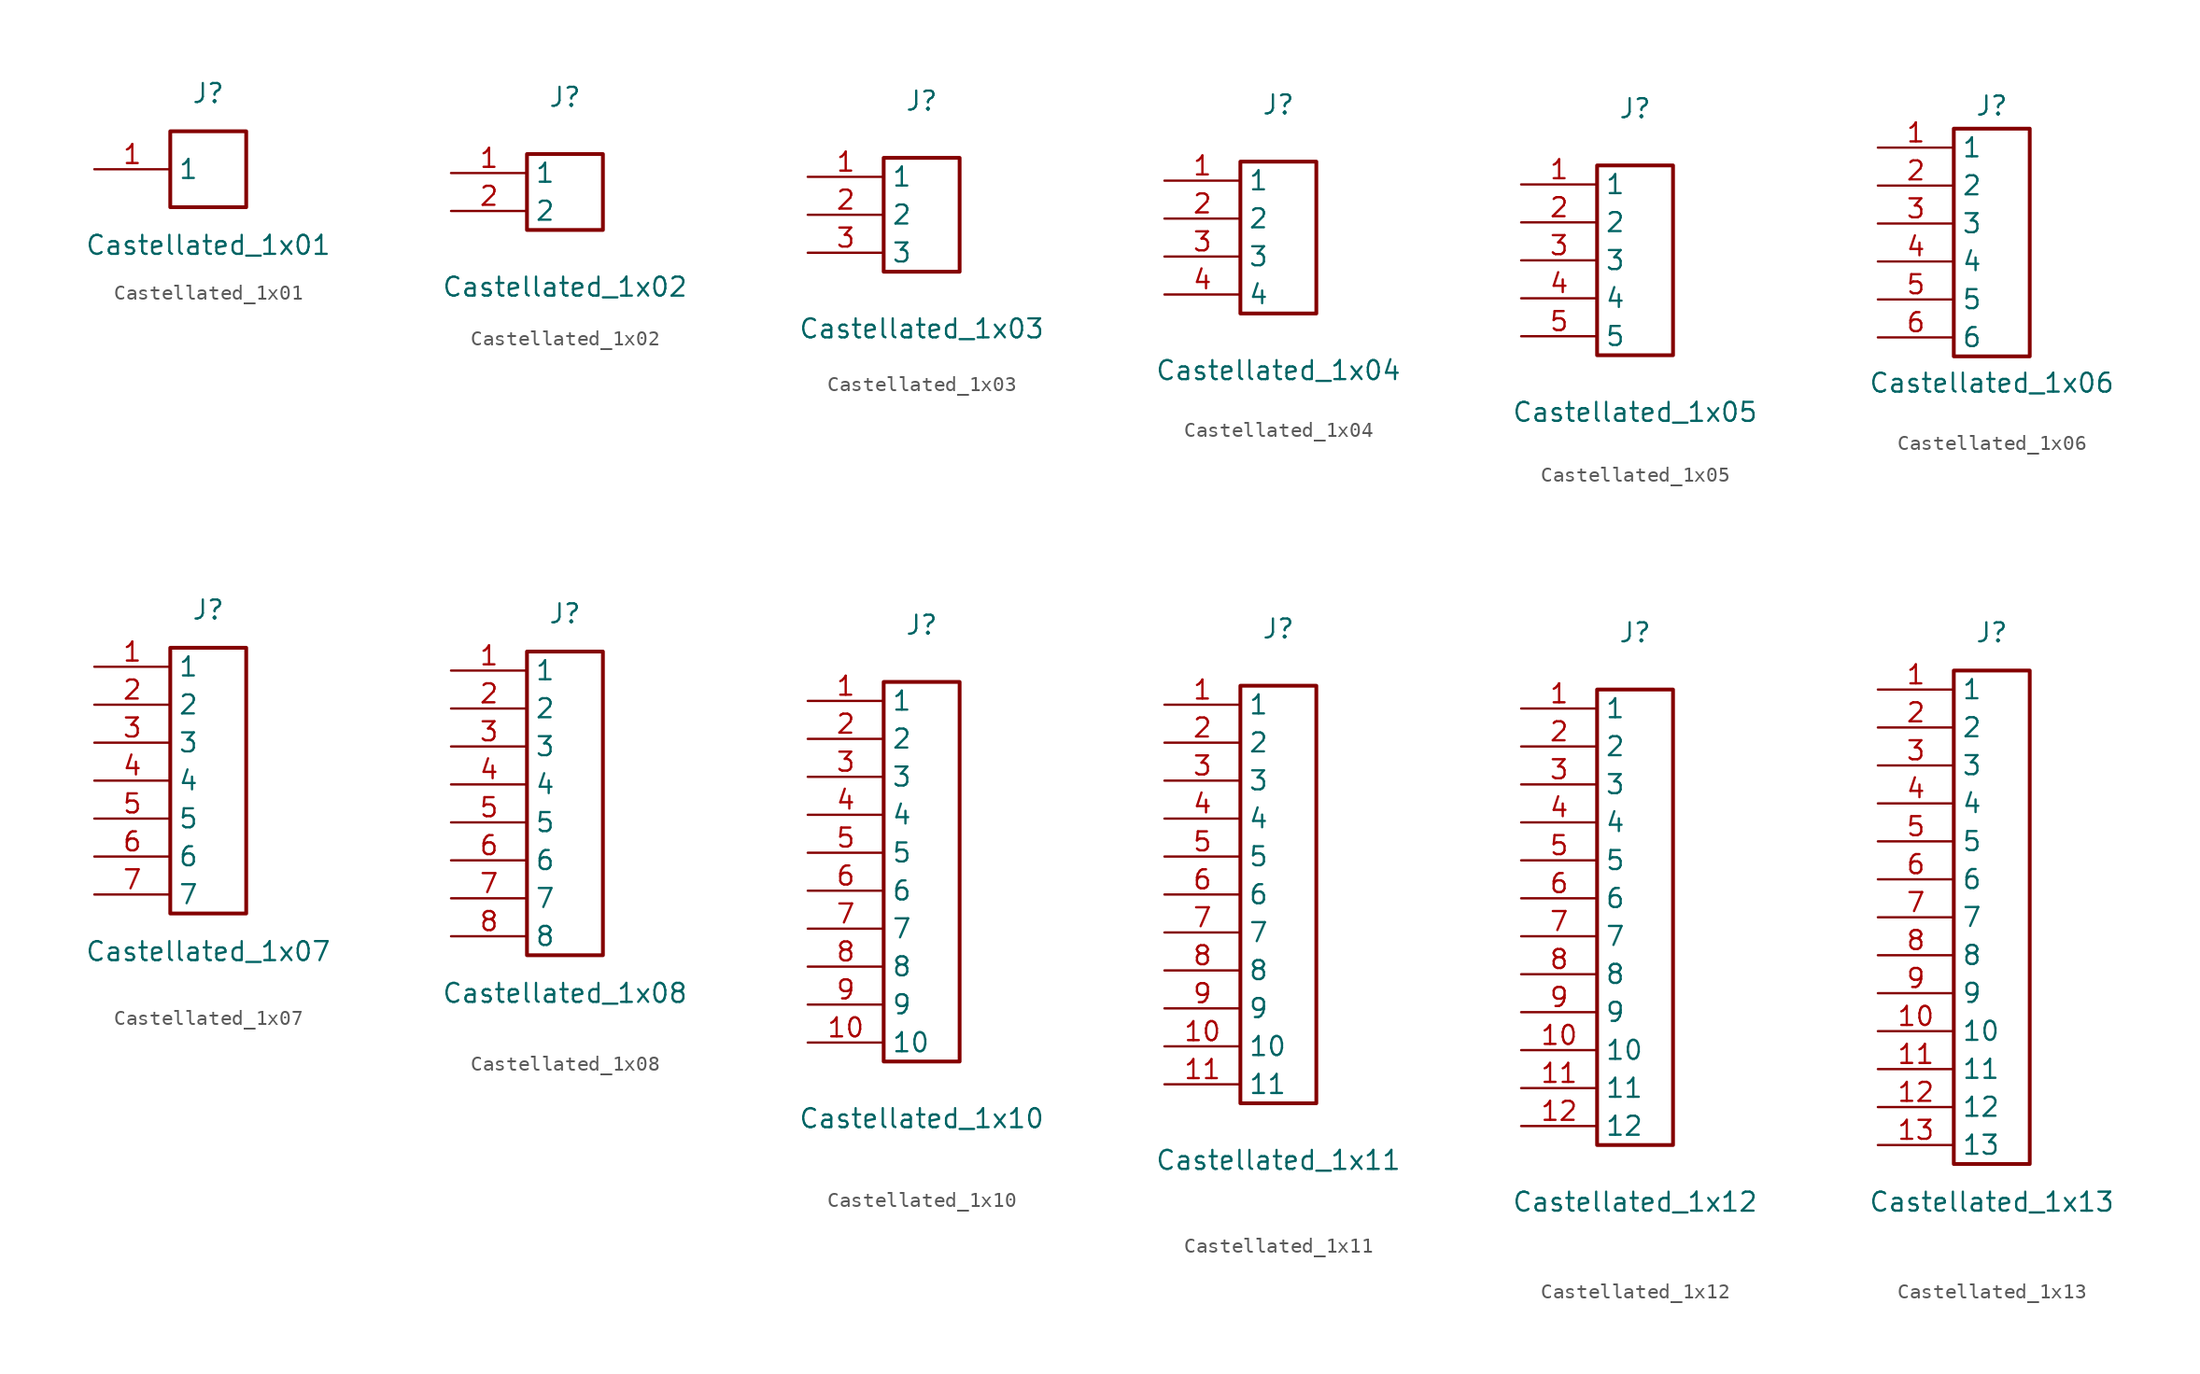
<source format=kicad_sym>
(kicad_symbol_lib
  (version 20241209)
  (generator "kicad_symbol_editor")
  (generator_version "9.0")
  (symbol "Castellated_1x01"
    (property "Reference" "J"
      (at 0 5.08 0)
      (effects (font (size 1.27 1.27))))
    (property "Value" "Castellated_1x01"
      (at 0 -5.08 0)
      (effects (font (size 1.27 1.27))))
    (symbol "Castellated_1x01_1_1"
      (rectangle (start -2.54 2.54) (end 2.54 -2.54) (stroke (width 0.254) (type solid)) (fill (type none)))
      (pin passive line (at -7.62 0 0) (length 5.08) (name "1" (effects (font (size 1.27 1.27)))) (number "1" (effects (font (size 1.27 1.27)))))))
  (symbol "Castellated_1x02"
    (property "Reference" "J"
      (at 0 6.35 0)
      (effects (font (size 1.27 1.27))))
    (property "Value" "Castellated_1x02"
      (at 0 -6.35 0)
      (effects (font (size 1.27 1.27))))
    (symbol "Castellated_1x02_1_1"
      (rectangle (start -2.54 2.54) (end 2.54 -2.54) (stroke (width 0.254) (type solid)) (fill (type none)))
      (pin passive line (at -7.62 1.27 0) (length 5.08) (name "1" (effects (font (size 1.27 1.27)))) (number "1" (effects (font (size 1.27 1.27)))))
      (pin passive line (at -7.62 -1.27 0) (length 5.08) (name "2" (effects (font (size 1.27 1.27)))) (number "2" (effects (font (size 1.27 1.27)))))))
  (symbol "Castellated_1x03"
    (property "Reference" "J"
      (at 0 7.62 0)
      (effects (font (size 1.27 1.27))))
    (property "Value" "Castellated_1x03"
      (at 0 -7.62 0)
      (effects (font (size 1.27 1.27))))
    (symbol "Castellated_1x03_1_1"
      (rectangle (start -2.54 3.81) (end 2.54 -3.81) (stroke (width 0.254) (type solid)) (fill (type none)))
      (pin passive line (at -7.62 2.54 0) (length 5.08) (name "1" (effects (font (size 1.27 1.27)))) (number "1" (effects (font (size 1.27 1.27)))))
      (pin passive line (at -7.62 0 0) (length 5.08) (name "2" (effects (font (size 1.27 1.27)))) (number "2" (effects (font (size 1.27 1.27)))))
      (pin passive line (at -7.62 -2.54 0) (length 5.08) (name "3" (effects (font (size 1.27 1.27)))) (number "3" (effects (font (size 1.27 1.27)))))))
  (symbol "Castellated_1x04"
    (property "Reference" "J"
      (at 0 8.89 0)
      (effects (font (size 1.27 1.27))))
    (property "Value" "Castellated_1x04"
      (at 0 -8.89 0)
      (effects (font (size 1.27 1.27))))
    (symbol "Castellated_1x04_1_1"
      (rectangle (start -2.54 5.08) (end 2.54 -5.08) (stroke (width 0.254) (type solid)) (fill (type none)))
      (pin passive line (at -7.62 3.81 0) (length 5.08) (name "1" (effects (font (size 1.27 1.27)))) (number "1" (effects (font (size 1.27 1.27)))))
      (pin passive line (at -7.62 1.27 0) (length 5.08) (name "2" (effects (font (size 1.27 1.27)))) (number "2" (effects (font (size 1.27 1.27)))))
      (pin passive line (at -7.62 -1.27 0) (length 5.08) (name "3" (effects (font (size 1.27 1.27)))) (number "3" (effects (font (size 1.27 1.27)))))
      (pin passive line (at -7.62 -3.81 0) (length 5.08) (name "4" (effects (font (size 1.27 1.27)))) (number "4" (effects (font (size 1.27 1.27)))))))
  (symbol "Castellated_1x05"
    (property "Reference" "J"
      (at 0 10.16 0)
      (effects (font (size 1.27 1.27))))
    (property "Value" "Castellated_1x05"
      (at 0 -10.16 0)
      (effects (font (size 1.27 1.27))))
    (symbol "Castellated_1x05_1_1"
      (rectangle (start -2.54 6.35) (end 2.54 -6.35) (stroke (width 0.254) (type solid)) (fill (type none)))
      (pin passive line (at -7.62 5.08 0) (length 5.08) (name "1" (effects (font (size 1.27 1.27)))) (number "1" (effects (font (size 1.27 1.27)))))
      (pin passive line (at -7.62 2.54 0) (length 5.08) (name "2" (effects (font (size 1.27 1.27)))) (number "2" (effects (font (size 1.27 1.27)))))
      (pin passive line (at -7.62 0 0) (length 5.08) (name "3" (effects (font (size 1.27 1.27)))) (number "3" (effects (font (size 1.27 1.27)))))
      (pin passive line (at -7.62 -2.54 0) (length 5.08) (name "4" (effects (font (size 1.27 1.27)))) (number "4" (effects (font (size 1.27 1.27)))))
      (pin passive line (at -7.62 -5.08 0) (length 5.08) (name "5" (effects (font (size 1.27 1.27)))) (number "5" (effects (font (size 1.27 1.27)))))))
  (symbol "Castellated_1x06"
    (property "Reference" "J"
      (at 0 9.144 0)
      (effects (font (size 1.27 1.27))))
    (property "Value" "Castellated_1x06"
      (at 0 -9.398 0)
      (effects (font (size 1.27 1.27))))
    (symbol "Castellated_1x06_1_1"
      (rectangle (start -2.54 7.62) (end 2.54 -7.62) (stroke (width 0.254) (type solid)) (fill (type none)))
      (pin passive line (at -7.62 6.35 0) (length 5.08) (name "1" (effects (font (size 1.27 1.27)))) (number "1" (effects (font (size 1.27 1.27)))))
      (pin passive line (at -7.62 3.81 0) (length 5.08) (name "2" (effects (font (size 1.27 1.27)))) (number "2" (effects (font (size 1.27 1.27)))))
      (pin passive line (at -7.62 1.27 0) (length 5.08) (name "3" (effects (font (size 1.27 1.27)))) (number "3" (effects (font (size 1.27 1.27)))))
      (pin passive line (at -7.62 -1.27 0) (length 5.08) (name "4" (effects (font (size 1.27 1.27)))) (number "4" (effects (font (size 1.27 1.27)))))
      (pin passive line (at -7.62 -3.81 0) (length 5.08) (name "5" (effects (font (size 1.27 1.27)))) (number "5" (effects (font (size 1.27 1.27)))))
      (pin passive line (at -7.62 -6.35 0) (length 5.08) (name "6" (effects (font (size 1.27 1.27)))) (number "6" (effects (font (size 1.27 1.27)))))))
  (symbol "Castellated_1x07"
    (property "Reference" "J"
      (at 0 11.43 0)
      (effects (font (size 1.27 1.27))))
    (property "Value" "Castellated_1x07"
      (at 0 -11.43 0)
      (effects (font (size 1.27 1.27))))
    (symbol "Castellated_1x07_1_1"
      (rectangle (start -2.54 8.89) (end 2.54 -8.89) (stroke (width 0.254) (type solid)) (fill (type none)))
      (pin passive line (at -7.62 7.62 0) (length 5.08) (name "1" (effects (font (size 1.27 1.27)))) (number "1" (effects (font (size 1.27 1.27)))))
      (pin passive line (at -7.62 5.08 0) (length 5.08) (name "2" (effects (font (size 1.27 1.27)))) (number "2" (effects (font (size 1.27 1.27)))))
      (pin passive line (at -7.62 2.54 0) (length 5.08) (name "3" (effects (font (size 1.27 1.27)))) (number "3" (effects (font (size 1.27 1.27)))))
      (pin passive line (at -7.62 0 0) (length 5.08) (name "4" (effects (font (size 1.27 1.27)))) (number "4" (effects (font (size 1.27 1.27)))))
      (pin passive line (at -7.62 -2.54 0) (length 5.08) (name "5" (effects (font (size 1.27 1.27)))) (number "5" (effects (font (size 1.27 1.27)))))
      (pin passive line (at -7.62 -5.08 0) (length 5.08) (name "6" (effects (font (size 1.27 1.27)))) (number "6" (effects (font (size 1.27 1.27)))))
      (pin passive line (at -7.62 -7.62 0) (length 5.08) (name "7" (effects (font (size 1.27 1.27)))) (number "7" (effects (font (size 1.27 1.27)))))))
  (symbol "Castellated_1x08"
    (property "Reference" "J"
      (at 0 12.7 0)
      (effects (font (size 1.27 1.27))))
    (property "Value" "Castellated_1x08"
      (at 0 -12.7 0)
      (effects (font (size 1.27 1.27))))
    (symbol "Castellated_1x08_1_1"
      (rectangle (start -2.54 10.16) (end 2.54 -10.16) (stroke (width 0.254) (type solid)) (fill (type none)))
      (pin passive line (at -7.62 8.89 0) (length 5.08) (name "1" (effects (font (size 1.27 1.27)))) (number "1" (effects (font (size 1.27 1.27)))))
      (pin passive line (at -7.62 6.35 0) (length 5.08) (name "2" (effects (font (size 1.27 1.27)))) (number "2" (effects (font (size 1.27 1.27)))))
      (pin passive line (at -7.62 3.81 0) (length 5.08) (name "3" (effects (font (size 1.27 1.27)))) (number "3" (effects (font (size 1.27 1.27)))))
      (pin passive line (at -7.62 1.27 0) (length 5.08) (name "4" (effects (font (size 1.27 1.27)))) (number "4" (effects (font (size 1.27 1.27)))))
      (pin passive line (at -7.62 -1.27 0) (length 5.08) (name "5" (effects (font (size 1.27 1.27)))) (number "5" (effects (font (size 1.27 1.27)))))
      (pin passive line (at -7.62 -3.81 0) (length 5.08) (name "6" (effects (font (size 1.27 1.27)))) (number "6" (effects (font (size 1.27 1.27)))))
      (pin passive line (at -7.62 -6.35 0) (length 5.08) (name "7" (effects (font (size 1.27 1.27)))) (number "7" (effects (font (size 1.27 1.27)))))
      (pin passive line (at -7.62 -8.89 0) (length 5.08) (name "8" (effects (font (size 1.27 1.27)))) (number "8" (effects (font (size 1.27 1.27)))))))
  (symbol "Castellated_1x10"
    (property "Reference" "J"
      (at 0 16.51 0)
      (effects (font (size 1.27 1.27))))
    (property "Value" "Castellated_1x10"
      (at 0 -16.51 0)
      (effects (font (size 1.27 1.27))))
    (symbol "Castellated_1x10_1_1"
      (rectangle (start -2.54 12.7) (end 2.54 -12.7) (stroke (width 0.254) (type solid)) (fill (type none)))
      (pin passive line (at -7.62 11.43 0) (length 5.08) (name "1" (effects (font (size 1.27 1.27)))) (number "1" (effects (font (size 1.27 1.27)))))
      (pin passive line (at -7.62 8.89 0) (length 5.08) (name "2" (effects (font (size 1.27 1.27)))) (number "2" (effects (font (size 1.27 1.27)))))
      (pin passive line (at -7.62 6.35 0) (length 5.08) (name "3" (effects (font (size 1.27 1.27)))) (number "3" (effects (font (size 1.27 1.27)))))
      (pin passive line (at -7.62 3.81 0) (length 5.08) (name "4" (effects (font (size 1.27 1.27)))) (number "4" (effects (font (size 1.27 1.27)))))
      (pin passive line (at -7.62 1.27 0) (length 5.08) (name "5" (effects (font (size 1.27 1.27)))) (number "5" (effects (font (size 1.27 1.27)))))
      (pin passive line (at -7.62 -1.27 0) (length 5.08) (name "6" (effects (font (size 1.27 1.27)))) (number "6" (effects (font (size 1.27 1.27)))))
      (pin passive line (at -7.62 -3.81 0) (length 5.08) (name "7" (effects (font (size 1.27 1.27)))) (number "7" (effects (font (size 1.27 1.27)))))
      (pin passive line (at -7.62 -6.35 0) (length 5.08) (name "8" (effects (font (size 1.27 1.27)))) (number "8" (effects (font (size 1.27 1.27)))))
      (pin passive line (at -7.62 -8.89 0) (length 5.08) (name "9" (effects (font (size 1.27 1.27)))) (number "9" (effects (font (size 1.27 1.27)))))
      (pin passive line (at -7.62 -11.43 0) (length 5.08) (name "10" (effects (font (size 1.27 1.27)))) (number "10" (effects (font (size 1.27 1.27)))))))
  (symbol "Castellated_1x11"
    (property "Reference" "J"
      (at 0 17.78 0)
      (effects (font (size 1.27 1.27))))
    (property "Value" "Castellated_1x11"
      (at 0 -17.78 0)
      (effects (font (size 1.27 1.27))))
    (symbol "Castellated_1x11_1_1"
      (rectangle (start -2.54 13.97) (end 2.54 -13.97) (stroke (width 0.254) (type solid)) (fill (type none)))
      (pin passive line (at -7.62 12.7 0) (length 5.08) (name "1" (effects (font (size 1.27 1.27)))) (number "1" (effects (font (size 1.27 1.27)))))
      (pin passive line (at -7.62 10.16 0) (length 5.08) (name "2" (effects (font (size 1.27 1.27)))) (number "2" (effects (font (size 1.27 1.27)))))
      (pin passive line (at -7.62 7.62 0) (length 5.08) (name "3" (effects (font (size 1.27 1.27)))) (number "3" (effects (font (size 1.27 1.27)))))
      (pin passive line (at -7.62 5.08 0) (length 5.08) (name "4" (effects (font (size 1.27 1.27)))) (number "4" (effects (font (size 1.27 1.27)))))
      (pin passive line (at -7.62 2.54 0) (length 5.08) (name "5" (effects (font (size 1.27 1.27)))) (number "5" (effects (font (size 1.27 1.27)))))
      (pin passive line (at -7.62 0 0) (length 5.08) (name "6" (effects (font (size 1.27 1.27)))) (number "6" (effects (font (size 1.27 1.27)))))
      (pin passive line (at -7.62 -2.54 0) (length 5.08) (name "7" (effects (font (size 1.27 1.27)))) (number "7" (effects (font (size 1.27 1.27)))))
      (pin passive line (at -7.62 -5.08 0) (length 5.08) (name "8" (effects (font (size 1.27 1.27)))) (number "8" (effects (font (size 1.27 1.27)))))
      (pin passive line (at -7.62 -7.62 0) (length 5.08) (name "9" (effects (font (size 1.27 1.27)))) (number "9" (effects (font (size 1.27 1.27)))))
      (pin passive line (at -7.62 -10.16 0) (length 5.08) (name "10" (effects (font (size 1.27 1.27)))) (number "10" (effects (font (size 1.27 1.27)))))
      (pin passive line (at -7.62 -12.7 0) (length 5.08) (name "11" (effects (font (size 1.27 1.27)))) (number "11" (effects (font (size 1.27 1.27)))))))
  (symbol "Castellated_1x12"
    (property "Reference" "J"
      (at 0 19.05 0)
      (effects (font (size 1.27 1.27))))
    (property "Value" "Castellated_1x12"
      (at 0 -19.05 0)
      (effects (font (size 1.27 1.27))))
    (symbol "Castellated_1x12_1_1"
      (rectangle (start -2.54 15.24) (end 2.54 -15.24) (stroke (width 0.254) (type solid)) (fill (type none)))
      (pin passive line (at -7.62 13.97 0) (length 5.08) (name "1" (effects (font (size 1.27 1.27)))) (number "1" (effects (font (size 1.27 1.27)))))
      (pin passive line (at -7.62 11.43 0) (length 5.08) (name "2" (effects (font (size 1.27 1.27)))) (number "2" (effects (font (size 1.27 1.27)))))
      (pin passive line (at -7.62 8.89 0) (length 5.08) (name "3" (effects (font (size 1.27 1.27)))) (number "3" (effects (font (size 1.27 1.27)))))
      (pin passive line (at -7.62 6.35 0) (length 5.08) (name "4" (effects (font (size 1.27 1.27)))) (number "4" (effects (font (size 1.27 1.27)))))
      (pin passive line (at -7.62 3.81 0) (length 5.08) (name "5" (effects (font (size 1.27 1.27)))) (number "5" (effects (font (size 1.27 1.27)))))
      (pin passive line (at -7.62 1.27 0) (length 5.08) (name "6" (effects (font (size 1.27 1.27)))) (number "6" (effects (font (size 1.27 1.27)))))
      (pin passive line (at -7.62 -1.27 0) (length 5.08) (name "7" (effects (font (size 1.27 1.27)))) (number "7" (effects (font (size 1.27 1.27)))))
      (pin passive line (at -7.62 -3.81 0) (length 5.08) (name "8" (effects (font (size 1.27 1.27)))) (number "8" (effects (font (size 1.27 1.27)))))
      (pin passive line (at -7.62 -6.35 0) (length 5.08) (name "9" (effects (font (size 1.27 1.27)))) (number "9" (effects (font (size 1.27 1.27)))))
      (pin passive line (at -7.62 -8.89 0) (length 5.08) (name "10" (effects (font (size 1.27 1.27)))) (number "10" (effects (font (size 1.27 1.27)))))
      (pin passive line (at -7.62 -11.43 0) (length 5.08) (name "11" (effects (font (size 1.27 1.27)))) (number "11" (effects (font (size 1.27 1.27)))))
      (pin passive line (at -7.62 -13.97 0) (length 5.08) (name "12" (effects (font (size 1.27 1.27)))) (number "12" (effects (font (size 1.27 1.27)))))))
  (symbol "Castellated_1x13"
    (property "Reference" "J"
      (at 0 19.05 0)
      (effects (font (size 1.27 1.27))))
    (property "Value" "Castellated_1x13"
      (at 0 -19.05 0)
      (effects (font (size 1.27 1.27))))
    (symbol "Castellated_1x13_1_1"
      (rectangle (start -2.54 16.51) (end 2.54 -16.51) (stroke (width 0.254) (type solid)) (fill (type none)))
      (pin passive line (at -7.62 15.24 0) (length 5.08) (name "1" (effects (font (size 1.27 1.27)))) (number "1" (effects (font (size 1.27 1.27)))))
      (pin passive line (at -7.62 12.7 0) (length 5.08) (name "2" (effects (font (size 1.27 1.27)))) (number "2" (effects (font (size 1.27 1.27)))))
      (pin passive line (at -7.62 10.16 0) (length 5.08) (name "3" (effects (font (size 1.27 1.27)))) (number "3" (effects (font (size 1.27 1.27)))))
      (pin passive line (at -7.62 7.62 0) (length 5.08) (name "4" (effects (font (size 1.27 1.27)))) (number "4" (effects (font (size 1.27 1.27)))))
      (pin passive line (at -7.62 5.08 0) (length 5.08) (name "5" (effects (font (size 1.27 1.27)))) (number "5" (effects (font (size 1.27 1.27)))))
      (pin passive line (at -7.62 2.54 0) (length 5.08) (name "6" (effects (font (size 1.27 1.27)))) (number "6" (effects (font (size 1.27 1.27)))))
      (pin passive line (at -7.62 0 0) (length 5.08) (name "7" (effects (font (size 1.27 1.27)))) (number "7" (effects (font (size 1.27 1.27)))))
      (pin passive line (at -7.62 -2.54 0) (length 5.08) (name "8" (effects (font (size 1.27 1.27)))) (number "8" (effects (font (size 1.27 1.27)))))
      (pin passive line (at -7.62 -5.08 0) (length 5.08) (name "9" (effects (font (size 1.27 1.27)))) (number "9" (effects (font (size 1.27 1.27)))))
      (pin passive line (at -7.62 -7.62 0) (length 5.08) (name "10" (effects (font (size 1.27 1.27)))) (number "10" (effects (font (size 1.27 1.27)))))
      (pin passive line (at -7.62 -10.16 0) (length 5.08) (name "11" (effects (font (size 1.27 1.27)))) (number "11" (effects (font (size 1.27 1.27)))))
      (pin passive line (at -7.62 -12.7 0) (length 5.08) (name "12" (effects (font (size 1.27 1.27)))) (number "12" (effects (font (size 1.27 1.27)))))
      (pin passive line (at -7.62 -15.24 0) (length 5.08) (name "13" (effects (font (size 1.27 1.27)))) (number "13" (effects (font (size 1.27 1.27))))))))
</source>
